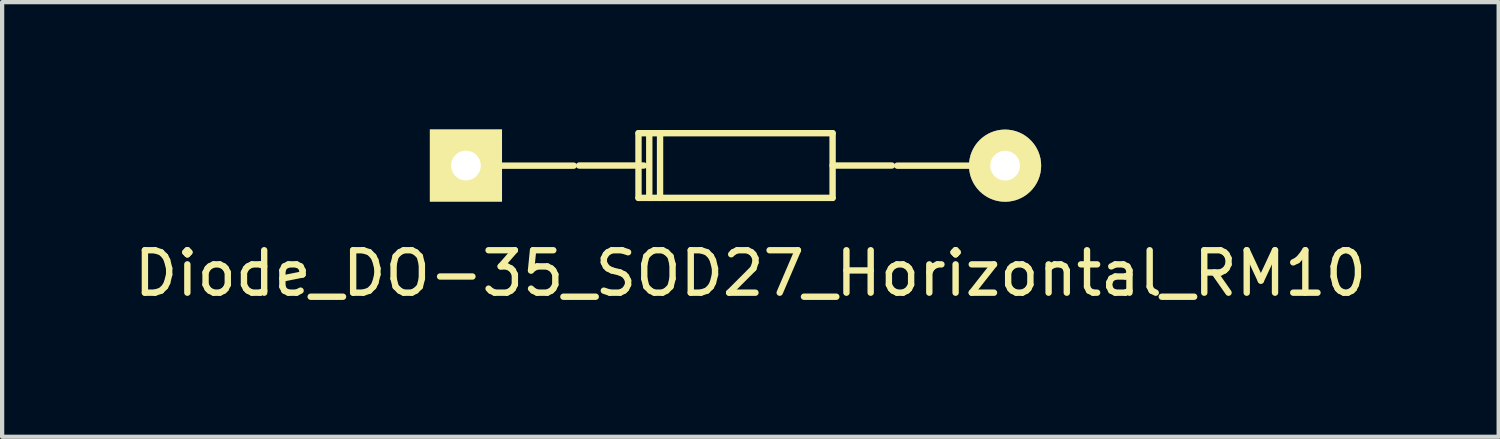
<source format=kicad_pcb>
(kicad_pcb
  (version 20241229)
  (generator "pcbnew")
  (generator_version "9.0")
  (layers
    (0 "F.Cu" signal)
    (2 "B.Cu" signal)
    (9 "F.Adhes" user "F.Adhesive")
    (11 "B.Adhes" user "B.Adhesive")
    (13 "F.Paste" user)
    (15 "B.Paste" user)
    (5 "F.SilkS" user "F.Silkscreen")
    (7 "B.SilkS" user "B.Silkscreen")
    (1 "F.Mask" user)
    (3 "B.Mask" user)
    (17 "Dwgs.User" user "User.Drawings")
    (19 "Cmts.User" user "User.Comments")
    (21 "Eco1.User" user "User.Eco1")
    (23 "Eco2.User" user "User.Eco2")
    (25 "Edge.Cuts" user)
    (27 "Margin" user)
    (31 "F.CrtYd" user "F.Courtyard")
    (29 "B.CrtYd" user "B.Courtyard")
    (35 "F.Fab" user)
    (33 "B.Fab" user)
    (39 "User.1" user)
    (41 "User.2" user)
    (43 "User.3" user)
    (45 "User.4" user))
  (footprint "Diode_DO-35_SOD27_Horizontal_RM10"
    (layer "F.Cu")
    (at 7.924 0.852)
    (property "Reference" "Diode_DO-35_SOD27_Horizontal_RM10" (at 6.701 2.537 0) (layer "F.SilkS") (effects (font (size 1 1) (thickness 0.15))))
    (attr through_hole)
    (fp_line (start 2.54 0) (end 0 0) (stroke (width 0.15) (type solid)) (layer "F.SilkS"))
    (fp_line (start 4.065 -0.765) (end 4.065 -0.003) (stroke (width 0.15) (type solid)) (layer "F.SilkS"))
    (fp_line (start 4.065 -0.003) (end 4.065 0.759) (stroke (width 0.15) (type solid)) (layer "F.SilkS"))
    (fp_line (start 4.065 0.759) (end 8.637 0.759) (stroke (width 0.15) (type solid)) (layer "F.SilkS"))
    (fp_line (start 4.192 -0.003) (end 2.668 -0.003) (stroke (width 0.15) (type solid)) (layer "F.SilkS"))
    (fp_line (start 4.319 -0.765) (end 4.319 0.759) (stroke (width 0.15) (type solid)) (layer "F.SilkS"))
    (fp_line (start 4.573 -0.765) (end 4.573 0.759) (stroke (width 0.15) (type solid)) (layer "F.SilkS"))
    (fp_line (start 8.637 -0.765) (end 4.065 -0.765) (stroke (width 0.15) (type solid)) (layer "F.SilkS"))
    (fp_line (start 8.637 -0.003) (end 10.034 -0.003) (stroke (width 0.15) (type solid)) (layer "F.SilkS"))
    (fp_line (start 8.637 0.759) (end 8.637 -0.765) (stroke (width 0.15) (type solid)) (layer "F.SilkS"))
    (fp_line (start 10.16 0) (end 12.7 0) (stroke (width 0.15) (type solid)) (layer "F.SilkS"))
    (pad "1" thru_hole rect (at 0.001 -0.003 180) (size 1.699 1.699) (drill 0.701) (layers "*.Cu" "*.Mask" "F.SilkS"))
    (pad "2" thru_hole circle (at 12.7 0 180) (size 1.699 1.699) (drill 0.701) (layers "*.Cu" "*.Mask" "F.SilkS")))
  (gr_rect
    (start -3 -3)
    (end 32.25 7.238)
    (stroke (width 0.1) (type default))
    (fill no)
    (layer "Edge.Cuts")))
</source>
